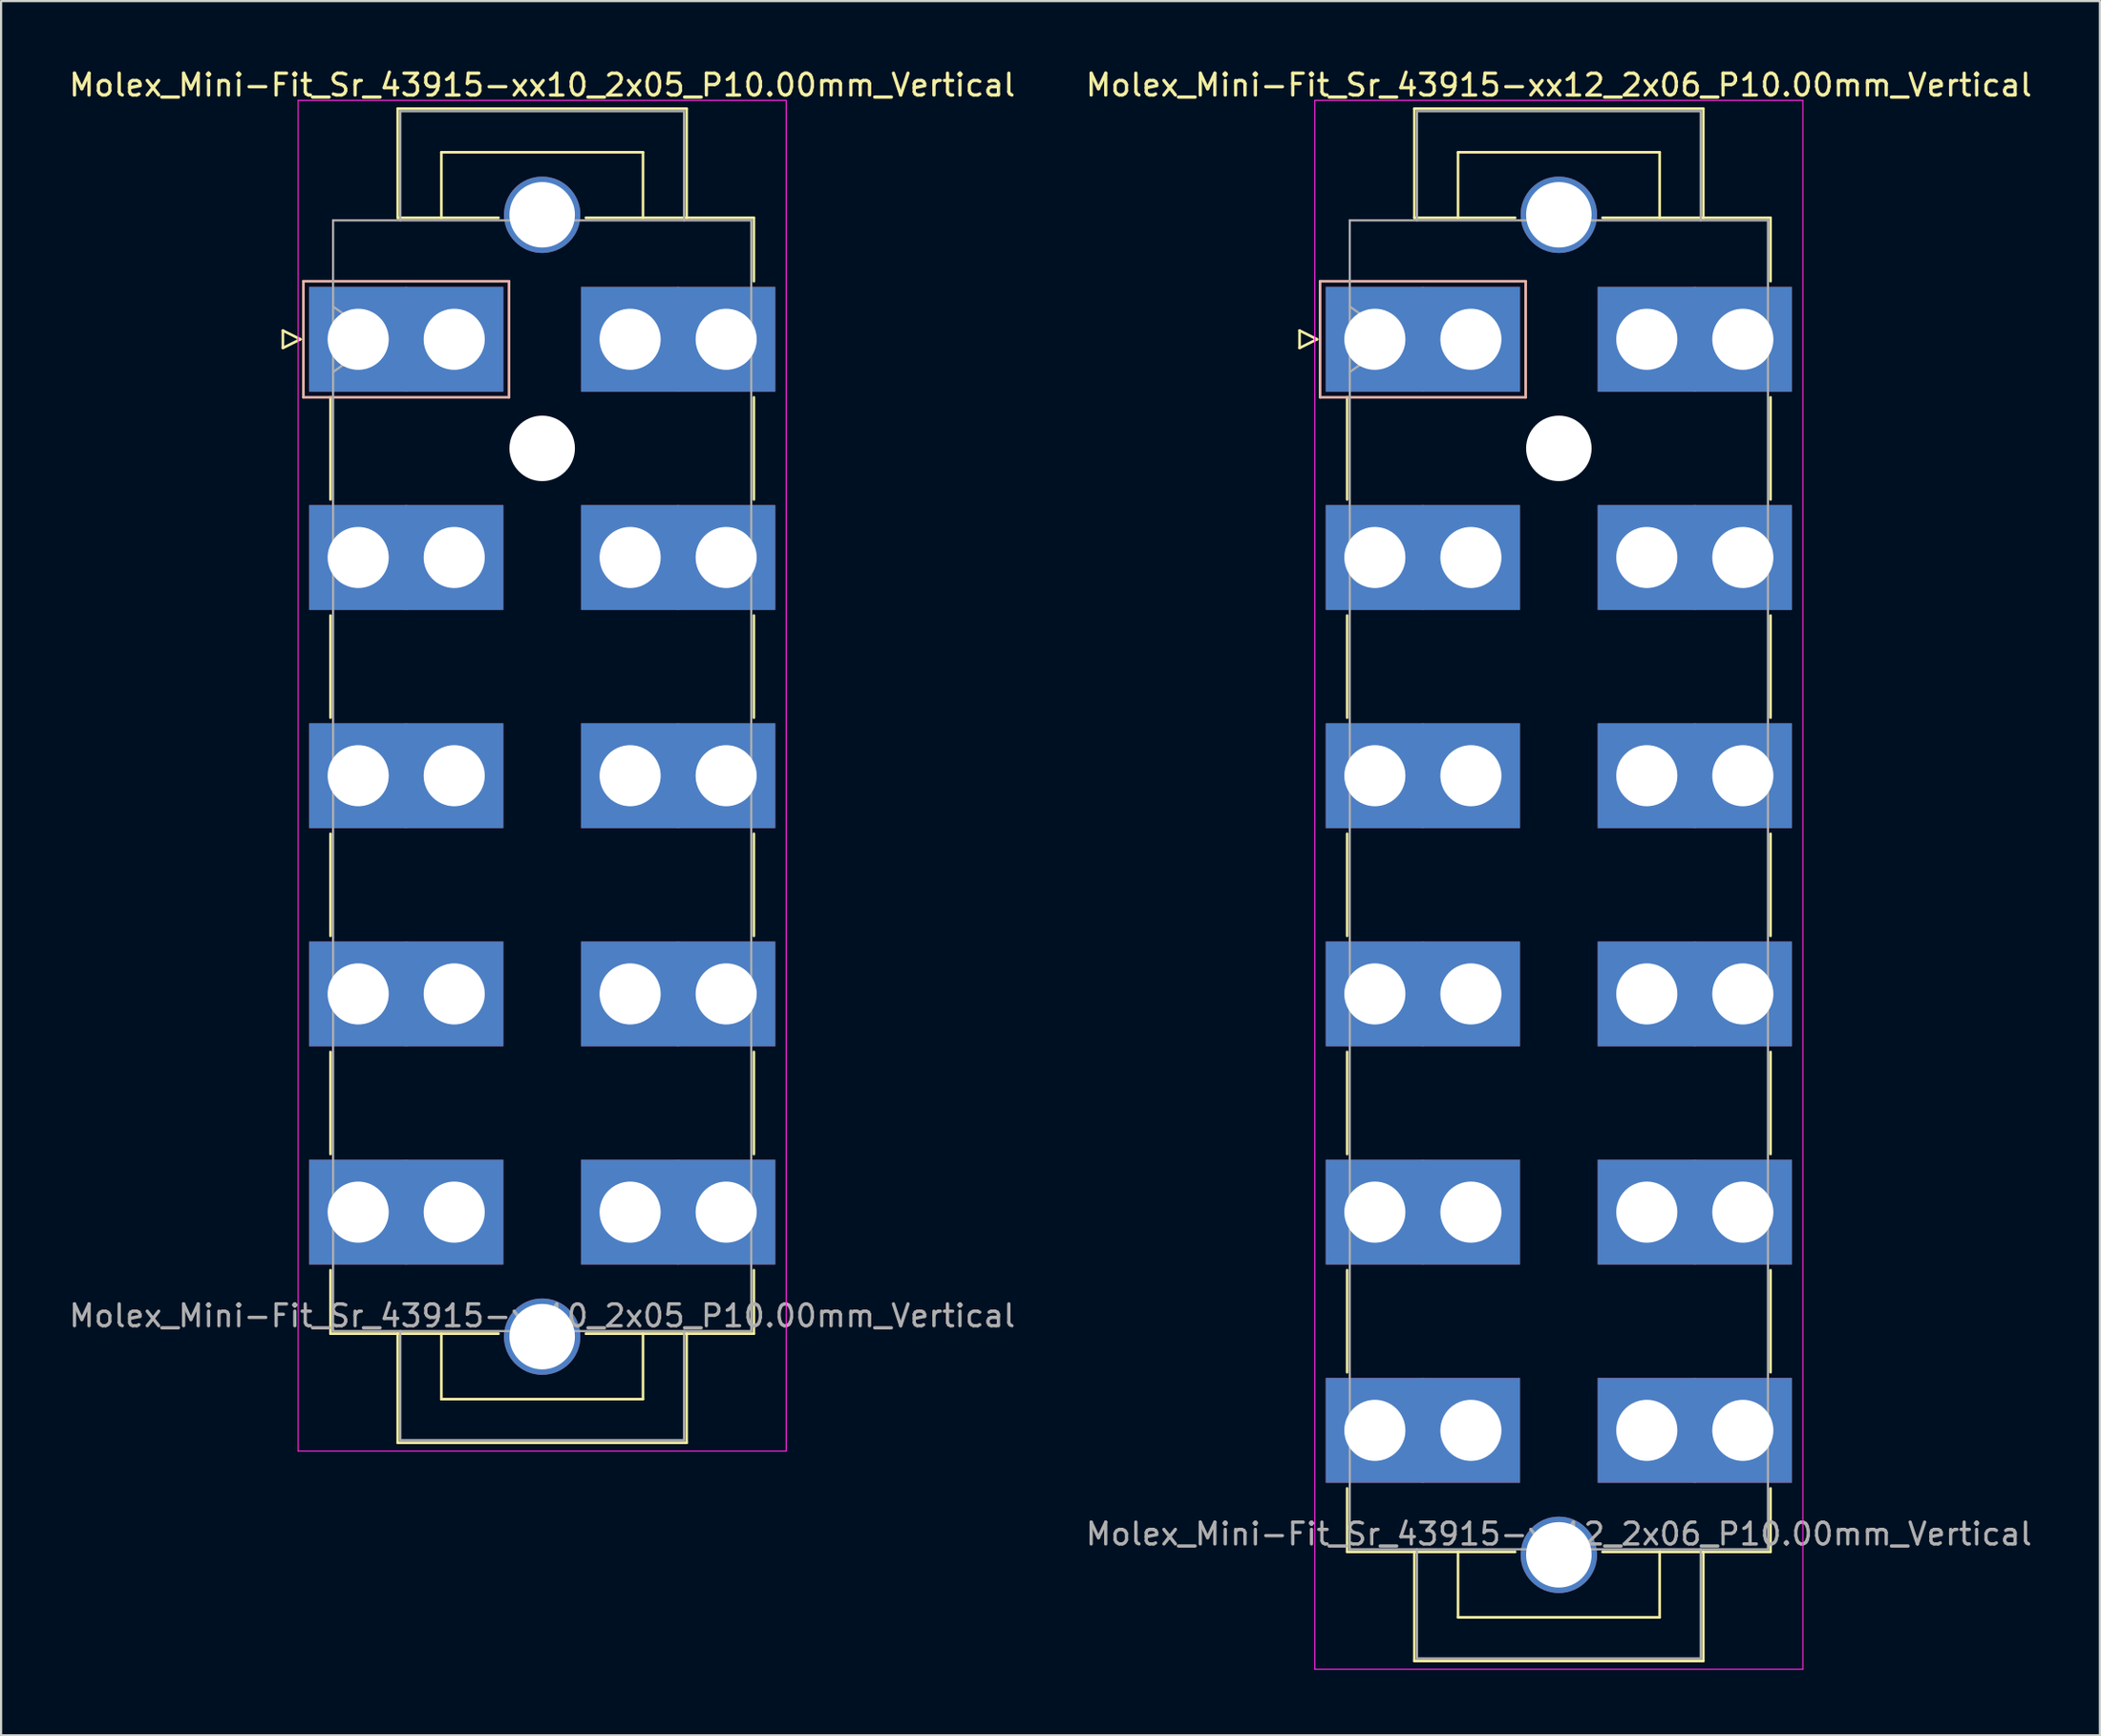
<source format=kicad_pcb>
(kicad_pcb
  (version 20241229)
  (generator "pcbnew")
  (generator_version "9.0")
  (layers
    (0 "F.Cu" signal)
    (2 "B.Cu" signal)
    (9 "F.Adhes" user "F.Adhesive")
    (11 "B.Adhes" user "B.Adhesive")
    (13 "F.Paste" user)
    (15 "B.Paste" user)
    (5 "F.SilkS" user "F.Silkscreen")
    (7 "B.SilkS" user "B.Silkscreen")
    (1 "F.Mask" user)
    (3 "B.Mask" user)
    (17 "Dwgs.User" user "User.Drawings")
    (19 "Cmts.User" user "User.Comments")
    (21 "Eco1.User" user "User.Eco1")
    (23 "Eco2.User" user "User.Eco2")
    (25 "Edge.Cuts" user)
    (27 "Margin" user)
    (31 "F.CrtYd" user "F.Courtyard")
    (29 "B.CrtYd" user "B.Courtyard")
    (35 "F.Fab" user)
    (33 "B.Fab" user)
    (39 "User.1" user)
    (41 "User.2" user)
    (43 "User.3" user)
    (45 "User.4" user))
  (footprint "Molex_Mini-Fit_Sr_43915-xx12_2x06_P10.00mm_Vertical"
    (layer "F.Cu")
    (at 59.945 12.498)
    (property "Reference" "Molex_Mini-Fit_Sr_43915-xx12_2x06_P10.00mm_Vertical" (at 8.43 -11.65 0) (layer "F.SilkS") (effects (font (size 1 1) (thickness 0.15))))
    (attr through_hole)
    (fp_line (start -3.45 -0.4) (end -3.45 0.4) (stroke (width 0.12) (type solid)) (layer "F.SilkS"))
    (fp_line (start -3.45 0.4) (end -2.65 0) (stroke (width 0.12) (type solid)) (layer "F.SilkS"))
    (fp_line (start -2.65 0) (end -3.45 -0.4) (stroke (width 0.12) (type solid)) (layer "F.SilkS"))
    (fp_line (start -1.27 2.66) (end -1.27 7.34) (stroke (width 0.12) (type solid)) (layer "F.SilkS"))
    (fp_line (start -1.27 12.66) (end -1.27 17.34) (stroke (width 0.12) (type solid)) (layer "F.SilkS"))
    (fp_line (start -1.27 22.66) (end -1.27 27.34) (stroke (width 0.12) (type solid)) (layer "F.SilkS"))
    (fp_line (start -1.27 32.66) (end -1.27 37.34) (stroke (width 0.12) (type solid)) (layer "F.SilkS"))
    (fp_line (start -1.27 42.66) (end -1.27 47.34) (stroke (width 0.12) (type solid)) (layer "F.SilkS"))
    (fp_line (start -1.27 52.66) (end -1.27 55.57) (stroke (width 0.12) (type solid)) (layer "F.SilkS"))
    (fp_line (start -1.27 55.57) (end 6.43 55.57) (stroke (width 0.12) (type solid)) (layer "F.SilkS"))
    (fp_line (start 1.81 -10.57) (end 15.05 -10.57) (stroke (width 0.12) (type solid)) (layer "F.SilkS"))
    (fp_line (start 1.81 -5.57) (end 1.81 -10.57) (stroke (width 0.12) (type solid)) (layer "F.SilkS"))
    (fp_line (start 1.81 55.57) (end 1.81 60.57) (stroke (width 0.12) (type solid)) (layer "F.SilkS"))
    (fp_line (start 1.81 60.57) (end 15.05 60.57) (stroke (width 0.12) (type solid)) (layer "F.SilkS"))
    (fp_line (start 3.81 -8.57) (end 13.05 -8.57) (stroke (width 0.12) (type solid)) (layer "F.SilkS"))
    (fp_line (start 3.81 -5.57) (end 3.81 -8.57) (stroke (width 0.12) (type solid)) (layer "F.SilkS"))
    (fp_line (start 3.81 55.57) (end 3.81 58.57) (stroke (width 0.12) (type solid)) (layer "F.SilkS"))
    (fp_line (start 3.81 58.57) (end 13.05 58.57) (stroke (width 0.12) (type solid)) (layer "F.SilkS"))
    (fp_line (start 6.43 -5.57) (end 1.81 -5.57) (stroke (width 0.12) (type solid)) (layer "F.SilkS"))
    (fp_line (start 13.05 -8.57) (end 13.05 -5.57) (stroke (width 0.12) (type solid)) (layer "F.SilkS"))
    (fp_line (start 13.05 58.57) (end 13.05 55.57) (stroke (width 0.12) (type solid)) (layer "F.SilkS"))
    (fp_line (start 15.05 -10.57) (end 15.05 -5.57) (stroke (width 0.12) (type solid)) (layer "F.SilkS"))
    (fp_line (start 15.05 60.57) (end 15.05 55.57) (stroke (width 0.12) (type solid)) (layer "F.SilkS"))
    (fp_line (start 18.13 -5.57) (end 10.43 -5.57) (stroke (width 0.12) (type solid)) (layer "F.SilkS"))
    (fp_line (start 18.13 -2.66) (end 18.13 -5.57) (stroke (width 0.12) (type solid)) (layer "F.SilkS"))
    (fp_line (start 18.13 2.66) (end 18.13 7.34) (stroke (width 0.12) (type solid)) (layer "F.SilkS"))
    (fp_line (start 18.13 12.66) (end 18.13 17.34) (stroke (width 0.12) (type solid)) (layer "F.SilkS"))
    (fp_line (start 18.13 22.66) (end 18.13 27.34) (stroke (width 0.12) (type solid)) (layer "F.SilkS"))
    (fp_line (start 18.13 32.66) (end 18.13 37.34) (stroke (width 0.12) (type solid)) (layer "F.SilkS"))
    (fp_line (start 18.13 42.66) (end 18.13 47.34) (stroke (width 0.12) (type solid)) (layer "F.SilkS"))
    (fp_line (start 18.13 52.66) (end 18.13 55.57) (stroke (width 0.12) (type solid)) (layer "F.SilkS"))
    (fp_line (start 18.13 55.57) (end 10.43 55.57) (stroke (width 0.12) (type solid)) (layer "F.SilkS"))
    (fp_line (start -2.51 -2.66) (end -2.51 2.66) (stroke (width 0.12) (type solid)) (layer "B.SilkS"))
    (fp_line (start -2.51 2.66) (end 6.91 2.66) (stroke (width 0.12) (type solid)) (layer "B.SilkS"))
    (fp_line (start 6.91 -2.66) (end -2.51 -2.66) (stroke (width 0.12) (type solid)) (layer "B.SilkS"))
    (fp_line (start 6.91 2.66) (end 6.91 -2.66) (stroke (width 0.12) (type solid)) (layer "B.SilkS"))
    (fp_line (start -2.75 -10.95) (end -2.75 60.95) (stroke (width 0.05) (type solid)) (layer "F.CrtYd"))
    (fp_line (start -2.75 60.95) (end 19.61 60.95) (stroke (width 0.05) (type solid)) (layer "F.CrtYd"))
    (fp_line (start 19.61 -10.95) (end -2.75 -10.95) (stroke (width 0.05) (type solid)) (layer "F.CrtYd"))
    (fp_line (start 19.61 60.95) (end 19.61 -10.95) (stroke (width 0.05) (type solid)) (layer "F.CrtYd"))
    (fp_line (start -1.15 -5.45) (end -1.15 55.45) (stroke (width 0.1) (type solid)) (layer "F.Fab"))
    (fp_line (start -1.15 -1.5) (end 0.971 0) (stroke (width 0.1) (type solid)) (layer "F.Fab"))
    (fp_line (start -1.15 55.45) (end 18.01 55.45) (stroke (width 0.1) (type solid)) (layer "F.Fab"))
    (fp_line (start 0.971 0) (end -1.15 1.5) (stroke (width 0.1) (type solid)) (layer "F.Fab"))
    (fp_line (start 1.93 -10.45) (end 14.93 -10.45) (stroke (width 0.1) (type solid)) (layer "F.Fab"))
    (fp_line (start 1.93 -5.45) (end 1.93 -10.45) (stroke (width 0.1) (type solid)) (layer "F.Fab"))
    (fp_line (start 1.93 55.45) (end 1.93 60.45) (stroke (width 0.1) (type solid)) (layer "F.Fab"))
    (fp_line (start 1.93 60.45) (end 14.93 60.45) (stroke (width 0.1) (type solid)) (layer "F.Fab"))
    (fp_line (start 14.93 -10.45) (end 14.93 -5.45) (stroke (width 0.1) (type solid)) (layer "F.Fab"))
    (fp_line (start 14.93 60.45) (end 14.93 55.45) (stroke (width 0.1) (type solid)) (layer "F.Fab"))
    (fp_line (start 18.01 -5.45) (end -1.15 -5.45) (stroke (width 0.1) (type solid)) (layer "F.Fab"))
    (fp_line (start 18.01 55.45) (end 18.01 -5.45) (stroke (width 0.1) (type solid)) (layer "F.Fab"))
    (fp_text user "${REFERENCE}" (at 8.43 54.75 0) (layer "F.Fab") (effects (font (size 1 1) (thickness 0.15))))
    (pad "" thru_hole circle (at 8.43 -5.705) (size 3.5 3.5) (drill 3) (layers "*.Cu" "*.Mask"))
    (pad "" np_thru_hole circle (at 8.43 5) (size 3 3) (drill 3) (layers "*.Cu" "*.Mask"))
    (pad "" thru_hole circle (at 8.43 55.705) (size 3.5 3.5) (drill 3) (layers "*.Cu" "*.Mask"))
    (pad "1" thru_hole rect (at 0 0) (size 4.5 4.8) (drill 2.8) (layers "*.Cu" "*.Mask"))
    (pad "1" thru_hole rect (at 4.4 0) (size 4.5 4.8) (drill 2.8) (layers "*.Cu" "*.Mask"))
    (pad "2" thru_hole rect (at 0 10) (size 4.5 4.8) (drill 2.8) (layers "*.Cu" "*.Mask"))
    (pad "2" thru_hole rect (at 4.4 10) (size 4.5 4.8) (drill 2.8) (layers "*.Cu" "*.Mask"))
    (pad "3" thru_hole rect (at 0 20) (size 4.5 4.8) (drill 2.8) (layers "*.Cu" "*.Mask"))
    (pad "3" thru_hole rect (at 4.4 20) (size 4.5 4.8) (drill 2.8) (layers "*.Cu" "*.Mask"))
    (pad "4" thru_hole rect (at 0 30) (size 4.5 4.8) (drill 2.8) (layers "*.Cu" "*.Mask"))
    (pad "4" thru_hole rect (at 4.4 30) (size 4.5 4.8) (drill 2.8) (layers "*.Cu" "*.Mask"))
    (pad "5" thru_hole rect (at 0 40) (size 4.5 4.8) (drill 2.8) (layers "*.Cu" "*.Mask"))
    (pad "5" thru_hole rect (at 4.4 40) (size 4.5 4.8) (drill 2.8) (layers "*.Cu" "*.Mask"))
    (pad "6" thru_hole rect (at 0 50) (size 4.5 4.8) (drill 2.8) (layers "*.Cu" "*.Mask"))
    (pad "6" thru_hole rect (at 4.4 50) (size 4.5 4.8) (drill 2.8) (layers "*.Cu" "*.Mask"))
    (pad "7" thru_hole rect (at 12.46 0) (size 4.5 4.8) (drill 2.8) (layers "*.Cu" "*.Mask"))
    (pad "7" thru_hole rect (at 16.86 0) (size 4.5 4.8) (drill 2.8) (layers "*.Cu" "*.Mask"))
    (pad "8" thru_hole rect (at 12.46 10) (size 4.5 4.8) (drill 2.8) (layers "*.Cu" "*.Mask"))
    (pad "8" thru_hole rect (at 16.86 10) (size 4.5 4.8) (drill 2.8) (layers "*.Cu" "*.Mask"))
    (pad "9" thru_hole rect (at 12.46 20) (size 4.5 4.8) (drill 2.8) (layers "*.Cu" "*.Mask"))
    (pad "9" thru_hole rect (at 16.86 20) (size 4.5 4.8) (drill 2.8) (layers "*.Cu" "*.Mask"))
    (pad "10" thru_hole rect (at 12.46 30) (size 4.5 4.8) (drill 2.8) (layers "*.Cu" "*.Mask"))
    (pad "10" thru_hole rect (at 16.86 30) (size 4.5 4.8) (drill 2.8) (layers "*.Cu" "*.Mask"))
    (pad "11" thru_hole rect (at 12.46 40) (size 4.5 4.8) (drill 2.8) (layers "*.Cu" "*.Mask"))
    (pad "11" thru_hole rect (at 16.86 40) (size 4.5 4.8) (drill 2.8) (layers "*.Cu" "*.Mask"))
    (pad "12" thru_hole rect (at 12.46 50) (size 4.5 4.8) (drill 2.8) (layers "*.Cu" "*.Mask"))
    (pad "12" thru_hole rect (at 16.86 50) (size 4.5 4.8) (drill 2.8) (layers "*.Cu" "*.Mask")))
  (footprint "Molex_Mini-Fit_Sr_43915-xx10_2x05_P10.00mm_Vertical"
    (layer "F.Cu")
    (at 13.362 12.498)
    (property "Reference" "Molex_Mini-Fit_Sr_43915-xx10_2x05_P10.00mm_Vertical" (at 8.43 -11.65 0) (layer "F.SilkS") (effects (font (size 1 1) (thickness 0.15))))
    (attr through_hole)
    (fp_line (start -3.45 -0.4) (end -3.45 0.4) (stroke (width 0.12) (type solid)) (layer "F.SilkS"))
    (fp_line (start -3.45 0.4) (end -2.65 0) (stroke (width 0.12) (type solid)) (layer "F.SilkS"))
    (fp_line (start -2.65 0) (end -3.45 -0.4) (stroke (width 0.12) (type solid)) (layer "F.SilkS"))
    (fp_line (start -1.27 2.66) (end -1.27 7.34) (stroke (width 0.12) (type solid)) (layer "F.SilkS"))
    (fp_line (start -1.27 12.66) (end -1.27 17.34) (stroke (width 0.12) (type solid)) (layer "F.SilkS"))
    (fp_line (start -1.27 22.66) (end -1.27 27.34) (stroke (width 0.12) (type solid)) (layer "F.SilkS"))
    (fp_line (start -1.27 32.66) (end -1.27 37.34) (stroke (width 0.12) (type solid)) (layer "F.SilkS"))
    (fp_line (start -1.27 42.66) (end -1.27 45.57) (stroke (width 0.12) (type solid)) (layer "F.SilkS"))
    (fp_line (start -1.27 45.57) (end 6.43 45.57) (stroke (width 0.12) (type solid)) (layer "F.SilkS"))
    (fp_line (start 1.81 -10.57) (end 15.05 -10.57) (stroke (width 0.12) (type solid)) (layer "F.SilkS"))
    (fp_line (start 1.81 -5.57) (end 1.81 -10.57) (stroke (width 0.12) (type solid)) (layer "F.SilkS"))
    (fp_line (start 1.81 45.57) (end 1.81 50.57) (stroke (width 0.12) (type solid)) (layer "F.SilkS"))
    (fp_line (start 1.81 50.57) (end 15.05 50.57) (stroke (width 0.12) (type solid)) (layer "F.SilkS"))
    (fp_line (start 3.81 -8.57) (end 13.05 -8.57) (stroke (width 0.12) (type solid)) (layer "F.SilkS"))
    (fp_line (start 3.81 -5.57) (end 3.81 -8.57) (stroke (width 0.12) (type solid)) (layer "F.SilkS"))
    (fp_line (start 3.81 45.57) (end 3.81 48.57) (stroke (width 0.12) (type solid)) (layer "F.SilkS"))
    (fp_line (start 3.81 48.57) (end 13.05 48.57) (stroke (width 0.12) (type solid)) (layer "F.SilkS"))
    (fp_line (start 6.43 -5.57) (end 1.81 -5.57) (stroke (width 0.12) (type solid)) (layer "F.SilkS"))
    (fp_line (start 13.05 -8.57) (end 13.05 -5.57) (stroke (width 0.12) (type solid)) (layer "F.SilkS"))
    (fp_line (start 13.05 48.57) (end 13.05 45.57) (stroke (width 0.12) (type solid)) (layer "F.SilkS"))
    (fp_line (start 15.05 -10.57) (end 15.05 -5.57) (stroke (width 0.12) (type solid)) (layer "F.SilkS"))
    (fp_line (start 15.05 50.57) (end 15.05 45.57) (stroke (width 0.12) (type solid)) (layer "F.SilkS"))
    (fp_line (start 18.13 -5.57) (end 10.43 -5.57) (stroke (width 0.12) (type solid)) (layer "F.SilkS"))
    (fp_line (start 18.13 -2.66) (end 18.13 -5.57) (stroke (width 0.12) (type solid)) (layer "F.SilkS"))
    (fp_line (start 18.13 2.66) (end 18.13 7.34) (stroke (width 0.12) (type solid)) (layer "F.SilkS"))
    (fp_line (start 18.13 12.66) (end 18.13 17.34) (stroke (width 0.12) (type solid)) (layer "F.SilkS"))
    (fp_line (start 18.13 22.66) (end 18.13 27.34) (stroke (width 0.12) (type solid)) (layer "F.SilkS"))
    (fp_line (start 18.13 32.66) (end 18.13 37.34) (stroke (width 0.12) (type solid)) (layer "F.SilkS"))
    (fp_line (start 18.13 42.66) (end 18.13 45.57) (stroke (width 0.12) (type solid)) (layer "F.SilkS"))
    (fp_line (start 18.13 45.57) (end 10.43 45.57) (stroke (width 0.12) (type solid)) (layer "F.SilkS"))
    (fp_line (start -2.51 -2.66) (end -2.51 2.66) (stroke (width 0.12) (type solid)) (layer "B.SilkS"))
    (fp_line (start -2.51 2.66) (end 6.91 2.66) (stroke (width 0.12) (type solid)) (layer "B.SilkS"))
    (fp_line (start 6.91 -2.66) (end -2.51 -2.66) (stroke (width 0.12) (type solid)) (layer "B.SilkS"))
    (fp_line (start 6.91 2.66) (end 6.91 -2.66) (stroke (width 0.12) (type solid)) (layer "B.SilkS"))
    (fp_line (start -2.75 -10.95) (end -2.75 50.95) (stroke (width 0.05) (type solid)) (layer "F.CrtYd"))
    (fp_line (start -2.75 50.95) (end 19.61 50.95) (stroke (width 0.05) (type solid)) (layer "F.CrtYd"))
    (fp_line (start 19.61 -10.95) (end -2.75 -10.95) (stroke (width 0.05) (type solid)) (layer "F.CrtYd"))
    (fp_line (start 19.61 50.95) (end 19.61 -10.95) (stroke (width 0.05) (type solid)) (layer "F.CrtYd"))
    (fp_line (start -1.15 -5.45) (end -1.15 45.45) (stroke (width 0.1) (type solid)) (layer "F.Fab"))
    (fp_line (start -1.15 -1.5) (end 0.971 0) (stroke (width 0.1) (type solid)) (layer "F.Fab"))
    (fp_line (start -1.15 45.45) (end 18.01 45.45) (stroke (width 0.1) (type solid)) (layer "F.Fab"))
    (fp_line (start 0.971 0) (end -1.15 1.5) (stroke (width 0.1) (type solid)) (layer "F.Fab"))
    (fp_line (start 1.93 -10.45) (end 14.93 -10.45) (stroke (width 0.1) (type solid)) (layer "F.Fab"))
    (fp_line (start 1.93 -5.45) (end 1.93 -10.45) (stroke (width 0.1) (type solid)) (layer "F.Fab"))
    (fp_line (start 1.93 45.45) (end 1.93 50.45) (stroke (width 0.1) (type solid)) (layer "F.Fab"))
    (fp_line (start 1.93 50.45) (end 14.93 50.45) (stroke (width 0.1) (type solid)) (layer "F.Fab"))
    (fp_line (start 14.93 -10.45) (end 14.93 -5.45) (stroke (width 0.1) (type solid)) (layer "F.Fab"))
    (fp_line (start 14.93 50.45) (end 14.93 45.45) (stroke (width 0.1) (type solid)) (layer "F.Fab"))
    (fp_line (start 18.01 -5.45) (end -1.15 -5.45) (stroke (width 0.1) (type solid)) (layer "F.Fab"))
    (fp_line (start 18.01 45.45) (end 18.01 -5.45) (stroke (width 0.1) (type solid)) (layer "F.Fab"))
    (fp_text user "${REFERENCE}" (at 8.43 44.75 0) (layer "F.Fab") (effects (font (size 1 1) (thickness 0.15))))
    (pad "" thru_hole circle (at 8.43 -5.705) (size 3.5 3.5) (drill 3) (layers "*.Cu" "*.Mask"))
    (pad "" np_thru_hole circle (at 8.43 5) (size 3 3) (drill 3) (layers "*.Cu" "*.Mask"))
    (pad "" thru_hole circle (at 8.43 45.705) (size 3.5 3.5) (drill 3) (layers "*.Cu" "*.Mask"))
    (pad "1" thru_hole rect (at 0 0) (size 4.5 4.8) (drill 2.8) (layers "*.Cu" "*.Mask"))
    (pad "1" thru_hole rect (at 4.4 0) (size 4.5 4.8) (drill 2.8) (layers "*.Cu" "*.Mask"))
    (pad "2" thru_hole rect (at 0 10) (size 4.5 4.8) (drill 2.8) (layers "*.Cu" "*.Mask"))
    (pad "2" thru_hole rect (at 4.4 10) (size 4.5 4.8) (drill 2.8) (layers "*.Cu" "*.Mask"))
    (pad "3" thru_hole rect (at 0 20) (size 4.5 4.8) (drill 2.8) (layers "*.Cu" "*.Mask"))
    (pad "3" thru_hole rect (at 4.4 20) (size 4.5 4.8) (drill 2.8) (layers "*.Cu" "*.Mask"))
    (pad "4" thru_hole rect (at 0 30) (size 4.5 4.8) (drill 2.8) (layers "*.Cu" "*.Mask"))
    (pad "4" thru_hole rect (at 4.4 30) (size 4.5 4.8) (drill 2.8) (layers "*.Cu" "*.Mask"))
    (pad "5" thru_hole rect (at 0 40) (size 4.5 4.8) (drill 2.8) (layers "*.Cu" "*.Mask"))
    (pad "5" thru_hole rect (at 4.4 40) (size 4.5 4.8) (drill 2.8) (layers "*.Cu" "*.Mask"))
    (pad "6" thru_hole rect (at 12.46 0) (size 4.5 4.8) (drill 2.8) (layers "*.Cu" "*.Mask"))
    (pad "6" thru_hole rect (at 16.86 0) (size 4.5 4.8) (drill 2.8) (layers "*.Cu" "*.Mask"))
    (pad "7" thru_hole rect (at 12.46 10) (size 4.5 4.8) (drill 2.8) (layers "*.Cu" "*.Mask"))
    (pad "7" thru_hole rect (at 16.86 10) (size 4.5 4.8) (drill 2.8) (layers "*.Cu" "*.Mask"))
    (pad "8" thru_hole rect (at 12.46 20) (size 4.5 4.8) (drill 2.8) (layers "*.Cu" "*.Mask"))
    (pad "8" thru_hole rect (at 16.86 20) (size 4.5 4.8) (drill 2.8) (layers "*.Cu" "*.Mask"))
    (pad "9" thru_hole rect (at 12.46 30) (size 4.5 4.8) (drill 2.8) (layers "*.Cu" "*.Mask"))
    (pad "9" thru_hole rect (at 16.86 30) (size 4.5 4.8) (drill 2.8) (layers "*.Cu" "*.Mask"))
    (pad "10" thru_hole rect (at 12.46 40) (size 4.5 4.8) (drill 2.8) (layers "*.Cu" "*.Mask"))
    (pad "10" thru_hole rect (at 16.86 40) (size 4.5 4.8) (drill 2.8) (layers "*.Cu" "*.Mask")))
  (gr_rect
    (start -3 -3)
    (end 93.167 76.473)
    (stroke (width 0.1) (type default))
    (fill no)
    (layer "Edge.Cuts")))
</source>
